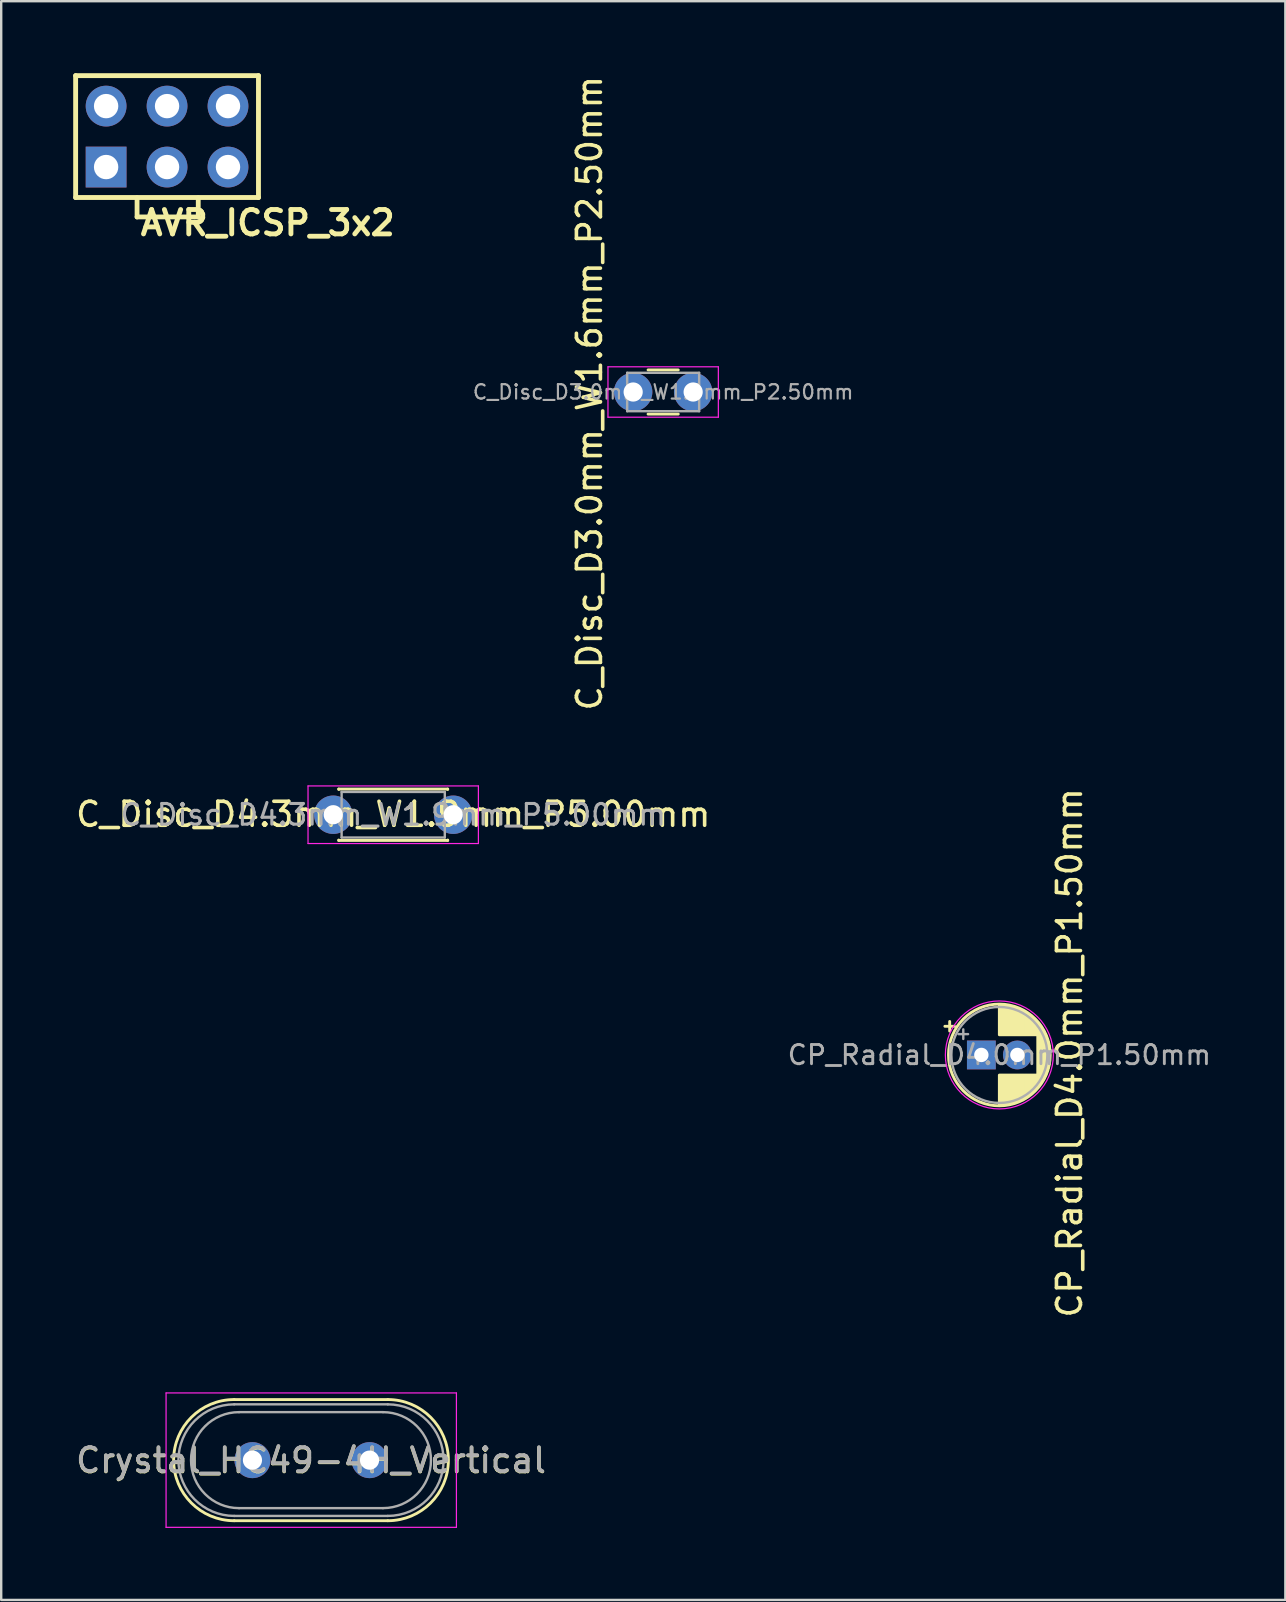
<source format=kicad_pcb>
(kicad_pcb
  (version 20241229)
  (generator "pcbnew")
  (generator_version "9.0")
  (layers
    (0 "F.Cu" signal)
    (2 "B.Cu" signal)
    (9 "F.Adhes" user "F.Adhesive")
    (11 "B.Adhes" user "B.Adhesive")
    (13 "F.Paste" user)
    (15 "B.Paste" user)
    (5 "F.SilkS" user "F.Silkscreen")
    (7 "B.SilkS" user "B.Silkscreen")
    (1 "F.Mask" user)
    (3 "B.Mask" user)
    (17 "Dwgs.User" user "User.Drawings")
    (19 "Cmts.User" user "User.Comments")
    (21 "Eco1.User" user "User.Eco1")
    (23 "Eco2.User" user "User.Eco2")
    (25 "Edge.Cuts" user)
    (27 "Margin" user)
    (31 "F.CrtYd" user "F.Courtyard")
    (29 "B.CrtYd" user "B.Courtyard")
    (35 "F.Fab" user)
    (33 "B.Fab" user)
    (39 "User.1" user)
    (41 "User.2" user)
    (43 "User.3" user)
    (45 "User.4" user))
  (footprint "Crystal_HC49-4H_Vertical"
    (layer "F.Cu")
    (at 7.471 57.801)
    (property "Reference" "Crystal_HC49-4H_Vertical" (at 2.44 0.019 180) (layer "F.SilkS") (effects (font (size 1 1) (thickness 0.15))))
    (attr through_hole)
    (fp_line (start -0.76 -2.525) (end 5.64 -2.525) (stroke (width 0.12) (type solid)) (layer "F.SilkS"))
    (fp_line (start -0.76 2.525) (end 5.64 2.525) (stroke (width 0.12) (type solid)) (layer "F.SilkS"))
    (fp_arc (start -0.76 2.525) (mid -3.285 0) (end -0.76 -2.525) (stroke (width 0.12) (type solid)) (layer "F.SilkS"))
    (fp_arc (start 5.64 -2.525) (mid 8.165 0) (end 5.64 2.525) (stroke (width 0.12) (type solid)) (layer "F.SilkS"))
    (fp_line (start -3.6 -2.8) (end -3.6 2.8) (stroke (width 0.05) (type solid)) (layer "F.CrtYd"))
    (fp_line (start -3.6 2.8) (end 8.5 2.8) (stroke (width 0.05) (type solid)) (layer "F.CrtYd"))
    (fp_line (start 8.5 -2.8) (end -3.6 -2.8) (stroke (width 0.05) (type solid)) (layer "F.CrtYd"))
    (fp_line (start 8.5 2.8) (end 8.5 -2.8) (stroke (width 0.05) (type solid)) (layer "F.CrtYd"))
    (fp_line (start -0.76 -2.325) (end 5.64 -2.325) (stroke (width 0.1) (type solid)) (layer "F.Fab"))
    (fp_line (start -0.76 2.325) (end 5.64 2.325) (stroke (width 0.1) (type solid)) (layer "F.Fab"))
    (fp_line (start -0.56 -2) (end 5.44 -2) (stroke (width 0.1) (type solid)) (layer "F.Fab"))
    (fp_line (start -0.56 2) (end 5.44 2) (stroke (width 0.1) (type solid)) (layer "F.Fab"))
    (fp_arc (start -0.76 2.325) (mid -3.085 0) (end -0.76 -2.325) (stroke (width 0.1) (type solid)) (layer "F.Fab"))
    (fp_arc (start -0.56 2) (mid -2.56 0) (end -0.56 -2) (stroke (width 0.1) (type solid)) (layer "F.Fab"))
    (fp_arc (start 5.44 -2) (mid 7.44 0) (end 5.44 2) (stroke (width 0.1) (type solid)) (layer "F.Fab"))
    (fp_arc (start 5.64 -2.325) (mid 7.965 0) (end 5.64 2.325) (stroke (width 0.1) (type solid)) (layer "F.Fab"))
    (fp_text user "${REFERENCE}" (at 2.44 0 180) (layer "F.Fab") (effects (font (size 1 1) (thickness 0.15))))
    (pad "1" thru_hole circle (at 0 0) (size 1.5 1.5) (drill 0.8) (layers "*.Cu" "*.Mask"))
    (pad "2" thru_hole circle (at 4.88 0) (size 1.5 1.5) (drill 0.8) (layers "*.Cu" "*.Mask")))
  (footprint "AVR_ICSP_3x2"
    (layer "F.Cu")
    (at 3.912 2.642)
    (property "Reference" "AVR_ICSP_3x2" (at 4.195 3.596 180) (layer "F.SilkS") (effects (font (size 1.016 1.016) (thickness 0.203))))
    (attr through_hole)
    (fp_line (start -3.81 -2.54) (end 3.81 -2.54) (stroke (width 0.203) (type solid)) (layer "F.SilkS"))
    (fp_line (start -3.81 2.54) (end -3.81 -2.54) (stroke (width 0.203) (type solid)) (layer "F.SilkS"))
    (fp_line (start -1.25 2.55) (end -1.25 3.35) (stroke (width 0.2) (type solid)) (layer "F.SilkS"))
    (fp_line (start -1.25 3.35) (end 1.3 3.35) (stroke (width 0.2) (type solid)) (layer "F.SilkS"))
    (fp_line (start 1.3 3.35) (end 1.3 2.55) (stroke (width 0.2) (type solid)) (layer "F.SilkS"))
    (fp_line (start 3.81 -2.54) (end 3.81 2.54) (stroke (width 0.203) (type solid)) (layer "F.SilkS"))
    (fp_line (start 3.81 2.54) (end -3.81 2.54) (stroke (width 0.203) (type solid)) (layer "F.SilkS"))
    (pad "1" thru_hole rect (at -2.54 1.27) (size 1.7 1.7) (drill 1.016) (layers "*.Cu" "*.Mask"))
    (pad "2" thru_hole circle (at -2.54 -1.27) (size 1.7 1.7) (drill 1.016) (layers "*.Cu" "*.Mask"))
    (pad "3" thru_hole circle (at 0 1.27) (size 1.7 1.7) (drill 1.016) (layers "*.Cu" "*.Mask"))
    (pad "4" thru_hole circle (at 0 -1.27) (size 1.7 1.7) (drill 1.016) (layers "*.Cu" "*.Mask"))
    (pad "5" thru_hole circle (at 2.54 1.27) (size 1.7 1.7) (drill 1.016) (layers "*.Cu" "*.Mask"))
    (pad "6" thru_hole circle (at 2.54 -1.27) (size 1.7 1.7) (drill 1.016) (layers "*.Cu" "*.Mask")))
  (footprint "C_Disc_D3.0mm_W1.6mm_P2.50mm"
    (layer "F.Cu")
    (at 23.337 13.287)
    (property "Reference" "C_Disc_D3.0mm_W1.6mm_P2.50mm" (at -1.82 0.052 90) (layer "F.SilkS") (effects (font (size 1 1) (thickness 0.15))))
    (attr through_hole)
    (fp_line (start 0.621 -0.92) (end 1.879 -0.92) (stroke (width 0.12) (type solid)) (layer "F.SilkS"))
    (fp_line (start 0.621 0.92) (end 1.879 0.92) (stroke (width 0.12) (type solid)) (layer "F.SilkS"))
    (fp_line (start -1.05 -1.05) (end -1.05 1.05) (stroke (width 0.05) (type solid)) (layer "F.CrtYd"))
    (fp_line (start -1.05 1.05) (end 3.55 1.05) (stroke (width 0.05) (type solid)) (layer "F.CrtYd"))
    (fp_line (start 3.55 -1.05) (end -1.05 -1.05) (stroke (width 0.05) (type solid)) (layer "F.CrtYd"))
    (fp_line (start 3.55 1.05) (end 3.55 -1.05) (stroke (width 0.05) (type solid)) (layer "F.CrtYd"))
    (fp_line (start -0.25 -0.8) (end -0.25 0.8) (stroke (width 0.1) (type solid)) (layer "F.Fab"))
    (fp_line (start -0.25 0.8) (end 2.75 0.8) (stroke (width 0.1) (type solid)) (layer "F.Fab"))
    (fp_line (start 2.75 -0.8) (end -0.25 -0.8) (stroke (width 0.1) (type solid)) (layer "F.Fab"))
    (fp_line (start 2.75 0.8) (end 2.75 -0.8) (stroke (width 0.1) (type solid)) (layer "F.Fab"))
    (fp_text user "${REFERENCE}" (at 1.25 0 0) (layer "F.Fab") (effects (font (size 0.6 0.6) (thickness 0.09))))
    (pad "1" thru_hole circle (at 0 0) (size 1.6 1.6) (drill 0.8) (layers "*.Cu" "*.Mask"))
    (pad "2" thru_hole circle (at 2.5 0) (size 1.6 1.6) (drill 0.8) (layers "*.Cu" "*.Mask")))
  (footprint "CP_Radial_D4.0mm_P1.50mm"
    (layer "F.Cu")
    (at 37.848 40.915)
    (property "Reference" "CP_Radial_D4.0mm_P1.50mm" (at 3.675 -0.087 90) (layer "F.SilkS") (effects (font (size 1 1) (thickness 0.15))))
    (attr through_hole)
    (fp_line (start -1.52 -1.195) (end -1.12 -1.195) (stroke (width 0.12) (type solid)) (layer "F.SilkS"))
    (fp_line (start -1.32 -1.395) (end -1.32 -0.995) (stroke (width 0.12) (type solid)) (layer "F.SilkS"))
    (fp_line (start 0.75 -2.08) (end 0.75 -0.84) (stroke (width 0.12) (type solid)) (layer "F.SilkS"))
    (fp_line (start 0.75 0.84) (end 0.75 2.08) (stroke (width 0.12) (type solid)) (layer "F.SilkS"))
    (fp_line (start 0.79 -2.08) (end 0.79 -0.84) (stroke (width 0.12) (type solid)) (layer "F.SilkS"))
    (fp_line (start 0.79 0.84) (end 0.79 2.08) (stroke (width 0.12) (type solid)) (layer "F.SilkS"))
    (fp_line (start 0.83 -2.079) (end 0.83 -0.84) (stroke (width 0.12) (type solid)) (layer "F.SilkS"))
    (fp_line (start 0.83 0.84) (end 0.83 2.079) (stroke (width 0.12) (type solid)) (layer "F.SilkS"))
    (fp_line (start 0.87 -2.077) (end 0.87 -0.84) (stroke (width 0.12) (type solid)) (layer "F.SilkS"))
    (fp_line (start 0.87 0.84) (end 0.87 2.077) (stroke (width 0.12) (type solid)) (layer "F.SilkS"))
    (fp_line (start 0.91 -2.074) (end 0.91 -0.84) (stroke (width 0.12) (type solid)) (layer "F.SilkS"))
    (fp_line (start 0.91 0.84) (end 0.91 2.074) (stroke (width 0.12) (type solid)) (layer "F.SilkS"))
    (fp_line (start 0.95 -2.071) (end 0.95 -0.84) (stroke (width 0.12) (type solid)) (layer "F.SilkS"))
    (fp_line (start 0.95 0.84) (end 0.95 2.071) (stroke (width 0.12) (type solid)) (layer "F.SilkS"))
    (fp_line (start 0.99 -2.067) (end 0.99 -0.84) (stroke (width 0.12) (type solid)) (layer "F.SilkS"))
    (fp_line (start 0.99 0.84) (end 0.99 2.067) (stroke (width 0.12) (type solid)) (layer "F.SilkS"))
    (fp_line (start 1.03 -2.062) (end 1.03 -0.84) (stroke (width 0.12) (type solid)) (layer "F.SilkS"))
    (fp_line (start 1.03 0.84) (end 1.03 2.062) (stroke (width 0.12) (type solid)) (layer "F.SilkS"))
    (fp_line (start 1.07 -2.056) (end 1.07 -0.84) (stroke (width 0.12) (type solid)) (layer "F.SilkS"))
    (fp_line (start 1.07 0.84) (end 1.07 2.056) (stroke (width 0.12) (type solid)) (layer "F.SilkS"))
    (fp_line (start 1.11 -2.05) (end 1.11 -0.84) (stroke (width 0.12) (type solid)) (layer "F.SilkS"))
    (fp_line (start 1.11 0.84) (end 1.11 2.05) (stroke (width 0.12) (type solid)) (layer "F.SilkS"))
    (fp_line (start 1.15 -2.042) (end 1.15 -0.84) (stroke (width 0.12) (type solid)) (layer "F.SilkS"))
    (fp_line (start 1.15 0.84) (end 1.15 2.042) (stroke (width 0.12) (type solid)) (layer "F.SilkS"))
    (fp_line (start 1.19 -2.034) (end 1.19 -0.84) (stroke (width 0.12) (type solid)) (layer "F.SilkS"))
    (fp_line (start 1.19 0.84) (end 1.19 2.034) (stroke (width 0.12) (type solid)) (layer "F.SilkS"))
    (fp_line (start 1.23 -2.025) (end 1.23 -0.84) (stroke (width 0.12) (type solid)) (layer "F.SilkS"))
    (fp_line (start 1.23 0.84) (end 1.23 2.025) (stroke (width 0.12) (type solid)) (layer "F.SilkS"))
    (fp_line (start 1.27 -2.016) (end 1.27 -0.84) (stroke (width 0.12) (type solid)) (layer "F.SilkS"))
    (fp_line (start 1.27 0.84) (end 1.27 2.016) (stroke (width 0.12) (type solid)) (layer "F.SilkS"))
    (fp_line (start 1.31 -2.005) (end 1.31 -0.84) (stroke (width 0.12) (type solid)) (layer "F.SilkS"))
    (fp_line (start 1.31 0.84) (end 1.31 2.005) (stroke (width 0.12) (type solid)) (layer "F.SilkS"))
    (fp_line (start 1.35 -1.994) (end 1.35 -0.84) (stroke (width 0.12) (type solid)) (layer "F.SilkS"))
    (fp_line (start 1.35 0.84) (end 1.35 1.994) (stroke (width 0.12) (type solid)) (layer "F.SilkS"))
    (fp_line (start 1.39 -1.982) (end 1.39 -0.84) (stroke (width 0.12) (type solid)) (layer "F.SilkS"))
    (fp_line (start 1.39 0.84) (end 1.39 1.982) (stroke (width 0.12) (type solid)) (layer "F.SilkS"))
    (fp_line (start 1.43 -1.968) (end 1.43 -0.84) (stroke (width 0.12) (type solid)) (layer "F.SilkS"))
    (fp_line (start 1.43 0.84) (end 1.43 1.968) (stroke (width 0.12) (type solid)) (layer "F.SilkS"))
    (fp_line (start 1.471 -1.954) (end 1.471 -0.84) (stroke (width 0.12) (type solid)) (layer "F.SilkS"))
    (fp_line (start 1.471 0.84) (end 1.471 1.954) (stroke (width 0.12) (type solid)) (layer "F.SilkS"))
    (fp_line (start 1.511 -1.94) (end 1.511 -0.84) (stroke (width 0.12) (type solid)) (layer "F.SilkS"))
    (fp_line (start 1.511 0.84) (end 1.511 1.94) (stroke (width 0.12) (type solid)) (layer "F.SilkS"))
    (fp_line (start 1.551 -1.924) (end 1.551 -0.84) (stroke (width 0.12) (type solid)) (layer "F.SilkS"))
    (fp_line (start 1.551 0.84) (end 1.551 1.924) (stroke (width 0.12) (type solid)) (layer "F.SilkS"))
    (fp_line (start 1.591 -1.907) (end 1.591 -0.84) (stroke (width 0.12) (type solid)) (layer "F.SilkS"))
    (fp_line (start 1.591 0.84) (end 1.591 1.907) (stroke (width 0.12) (type solid)) (layer "F.SilkS"))
    (fp_line (start 1.631 -1.889) (end 1.631 -0.84) (stroke (width 0.12) (type solid)) (layer "F.SilkS"))
    (fp_line (start 1.631 0.84) (end 1.631 1.889) (stroke (width 0.12) (type solid)) (layer "F.SilkS"))
    (fp_line (start 1.671 -1.87) (end 1.671 -0.84) (stroke (width 0.12) (type solid)) (layer "F.SilkS"))
    (fp_line (start 1.671 0.84) (end 1.671 1.87) (stroke (width 0.12) (type solid)) (layer "F.SilkS"))
    (fp_line (start 1.711 -1.851) (end 1.711 -0.84) (stroke (width 0.12) (type solid)) (layer "F.SilkS"))
    (fp_line (start 1.711 0.84) (end 1.711 1.851) (stroke (width 0.12) (type solid)) (layer "F.SilkS"))
    (fp_line (start 1.751 -1.83) (end 1.751 -0.84) (stroke (width 0.12) (type solid)) (layer "F.SilkS"))
    (fp_line (start 1.751 0.84) (end 1.751 1.83) (stroke (width 0.12) (type solid)) (layer "F.SilkS"))
    (fp_line (start 1.791 -1.808) (end 1.791 -0.84) (stroke (width 0.12) (type solid)) (layer "F.SilkS"))
    (fp_line (start 1.791 0.84) (end 1.791 1.808) (stroke (width 0.12) (type solid)) (layer "F.SilkS"))
    (fp_line (start 1.831 -1.785) (end 1.831 -0.84) (stroke (width 0.12) (type solid)) (layer "F.SilkS"))
    (fp_line (start 1.831 0.84) (end 1.831 1.785) (stroke (width 0.12) (type solid)) (layer "F.SilkS"))
    (fp_line (start 1.871 -1.76) (end 1.871 -0.84) (stroke (width 0.12) (type solid)) (layer "F.SilkS"))
    (fp_line (start 1.871 0.84) (end 1.871 1.76) (stroke (width 0.12) (type solid)) (layer "F.SilkS"))
    (fp_line (start 1.911 -1.735) (end 1.911 -0.84) (stroke (width 0.12) (type solid)) (layer "F.SilkS"))
    (fp_line (start 1.911 0.84) (end 1.911 1.735) (stroke (width 0.12) (type solid)) (layer "F.SilkS"))
    (fp_line (start 1.951 -1.708) (end 1.951 -0.84) (stroke (width 0.12) (type solid)) (layer "F.SilkS"))
    (fp_line (start 1.951 0.84) (end 1.951 1.708) (stroke (width 0.12) (type solid)) (layer "F.SilkS"))
    (fp_line (start 1.991 -1.68) (end 1.991 -0.84) (stroke (width 0.12) (type solid)) (layer "F.SilkS"))
    (fp_line (start 1.991 0.84) (end 1.991 1.68) (stroke (width 0.12) (type solid)) (layer "F.SilkS"))
    (fp_line (start 2.031 -1.65) (end 2.031 -0.84) (stroke (width 0.12) (type solid)) (layer "F.SilkS"))
    (fp_line (start 2.031 0.84) (end 2.031 1.65) (stroke (width 0.12) (type solid)) (layer "F.SilkS"))
    (fp_line (start 2.071 -1.619) (end 2.071 -0.84) (stroke (width 0.12) (type solid)) (layer "F.SilkS"))
    (fp_line (start 2.071 0.84) (end 2.071 1.619) (stroke (width 0.12) (type solid)) (layer "F.SilkS"))
    (fp_line (start 2.111 -1.587) (end 2.111 -0.84) (stroke (width 0.12) (type solid)) (layer "F.SilkS"))
    (fp_line (start 2.111 0.84) (end 2.111 1.587) (stroke (width 0.12) (type solid)) (layer "F.SilkS"))
    (fp_line (start 2.151 -1.552) (end 2.151 -0.84) (stroke (width 0.12) (type solid)) (layer "F.SilkS"))
    (fp_line (start 2.151 0.84) (end 2.151 1.552) (stroke (width 0.12) (type solid)) (layer "F.SilkS"))
    (fp_line (start 2.191 -1.516) (end 2.191 -0.84) (stroke (width 0.12) (type solid)) (layer "F.SilkS"))
    (fp_line (start 2.191 0.84) (end 2.191 1.516) (stroke (width 0.12) (type solid)) (layer "F.SilkS"))
    (fp_line (start 2.231 -1.478) (end 2.231 -0.84) (stroke (width 0.12) (type solid)) (layer "F.SilkS"))
    (fp_line (start 2.231 0.84) (end 2.231 1.478) (stroke (width 0.12) (type solid)) (layer "F.SilkS"))
    (fp_line (start 2.271 -1.438) (end 2.271 -0.84) (stroke (width 0.12) (type solid)) (layer "F.SilkS"))
    (fp_line (start 2.271 0.84) (end 2.271 1.438) (stroke (width 0.12) (type solid)) (layer "F.SilkS"))
    (fp_line (start 2.311 -1.396) (end 2.311 -0.84) (stroke (width 0.12) (type solid)) (layer "F.SilkS"))
    (fp_line (start 2.311 0.84) (end 2.311 1.396) (stroke (width 0.12) (type solid)) (layer "F.SilkS"))
    (fp_line (start 2.351 -1.351) (end 2.351 1.351) (stroke (width 0.12) (type solid)) (layer "F.SilkS"))
    (fp_line (start 2.391 -1.304) (end 2.391 1.304) (stroke (width 0.12) (type solid)) (layer "F.SilkS"))
    (fp_line (start 2.431 -1.254) (end 2.431 1.254) (stroke (width 0.12) (type solid)) (layer "F.SilkS"))
    (fp_line (start 2.471 -1.2) (end 2.471 1.2) (stroke (width 0.12) (type solid)) (layer "F.SilkS"))
    (fp_line (start 2.511 -1.142) (end 2.511 1.142) (stroke (width 0.12) (type solid)) (layer "F.SilkS"))
    (fp_line (start 2.551 -1.08) (end 2.551 1.08) (stroke (width 0.12) (type solid)) (layer "F.SilkS"))
    (fp_line (start 2.591 -1.013) (end 2.591 1.013) (stroke (width 0.12) (type solid)) (layer "F.SilkS"))
    (fp_line (start 2.631 -0.94) (end 2.631 0.94) (stroke (width 0.12) (type solid)) (layer "F.SilkS"))
    (fp_line (start 2.671 -0.859) (end 2.671 0.859) (stroke (width 0.12) (type solid)) (layer "F.SilkS"))
    (fp_line (start 2.711 -0.768) (end 2.711 0.768) (stroke (width 0.12) (type solid)) (layer "F.SilkS"))
    (fp_line (start 2.751 -0.664) (end 2.751 0.664) (stroke (width 0.12) (type solid)) (layer "F.SilkS"))
    (fp_line (start 2.791 -0.537) (end 2.791 0.537) (stroke (width 0.12) (type solid)) (layer "F.SilkS"))
    (fp_line (start 2.831 -0.37) (end 2.831 0.37) (stroke (width 0.12) (type solid)) (layer "F.SilkS"))
    (fp_circle (center 0.75 0) (end 2.87 0) (stroke (width 0.12) (type solid)) (fill no) (layer "F.SilkS"))
    (fp_circle (center 0.75 0) (end 3 0) (stroke (width 0.05) (type solid)) (fill no) (layer "F.CrtYd"))
    (fp_line (start -0.953 -0.868) (end -0.553 -0.868) (stroke (width 0.1) (type solid)) (layer "F.Fab"))
    (fp_line (start -0.753 -1.067) (end -0.753 -0.667) (stroke (width 0.1) (type solid)) (layer "F.Fab"))
    (fp_circle (center 0.75 0) (end 2.75 0) (stroke (width 0.1) (type solid)) (fill no) (layer "F.Fab"))
    (fp_text user "${REFERENCE}" (at 0.75 0 180) (layer "F.Fab") (effects (font (size 0.8 0.8) (thickness 0.12))))
    (pad "1" thru_hole rect (at 0 0) (size 1.2 1.2) (drill 0.6) (layers "*.Cu" "*.Mask"))
    (pad "2" thru_hole circle (at 1.5 0) (size 1.2 1.2) (drill 0.6) (layers "*.Cu" "*.Mask")))
  (footprint "C_Disc_D4.3mm_W1.9mm_P5.00mm"
    (layer "F.Cu")
    (at 10.837 30.904)
    (property "Reference" "C_Disc_D4.3mm_W1.9mm_P5.00mm" (at 2.502 -0.017 0) (layer "F.SilkS") (effects (font (size 1 1) (thickness 0.15))))
    (attr through_hole)
    (fp_line (start 0.23 -1.07) (end 0.23 -1.055) (stroke (width 0.12) (type solid)) (layer "F.SilkS"))
    (fp_line (start 0.23 -1.07) (end 4.77 -1.07) (stroke (width 0.12) (type solid)) (layer "F.SilkS"))
    (fp_line (start 0.23 1.055) (end 0.23 1.07) (stroke (width 0.12) (type solid)) (layer "F.SilkS"))
    (fp_line (start 0.23 1.07) (end 4.77 1.07) (stroke (width 0.12) (type solid)) (layer "F.SilkS"))
    (fp_line (start 4.77 -1.07) (end 4.77 -1.055) (stroke (width 0.12) (type solid)) (layer "F.SilkS"))
    (fp_line (start 4.77 1.055) (end 4.77 1.07) (stroke (width 0.12) (type solid)) (layer "F.SilkS"))
    (fp_line (start -1.05 -1.2) (end -1.05 1.2) (stroke (width 0.05) (type solid)) (layer "F.CrtYd"))
    (fp_line (start -1.05 1.2) (end 6.05 1.2) (stroke (width 0.05) (type solid)) (layer "F.CrtYd"))
    (fp_line (start 6.05 -1.2) (end -1.05 -1.2) (stroke (width 0.05) (type solid)) (layer "F.CrtYd"))
    (fp_line (start 6.05 1.2) (end 6.05 -1.2) (stroke (width 0.05) (type solid)) (layer "F.CrtYd"))
    (fp_line (start 0.35 -0.95) (end 0.35 0.95) (stroke (width 0.1) (type solid)) (layer "F.Fab"))
    (fp_line (start 0.35 0.95) (end 4.65 0.95) (stroke (width 0.1) (type solid)) (layer "F.Fab"))
    (fp_line (start 4.65 -0.95) (end 0.35 -0.95) (stroke (width 0.1) (type solid)) (layer "F.Fab"))
    (fp_line (start 4.65 0.95) (end 4.65 -0.95) (stroke (width 0.1) (type solid)) (layer "F.Fab"))
    (fp_text user "${REFERENCE}" (at 2.5 0 0) (layer "F.Fab") (effects (font (size 0.86 0.86) (thickness 0.129))))
    (pad "1" thru_hole circle (at 0 0) (size 1.6 1.6) (drill 0.8) (layers "*.Cu" "*.Mask"))
    (pad "2" thru_hole circle (at 5 0) (size 1.6 1.6) (drill 0.8) (layers "*.Cu" "*.Mask")))
  (gr_rect
    (start -3 -3)
    (end 50.517 63.626)
    (stroke (width 0.1) (type default))
    (fill no)
    (layer "Edge.Cuts")))
</source>
